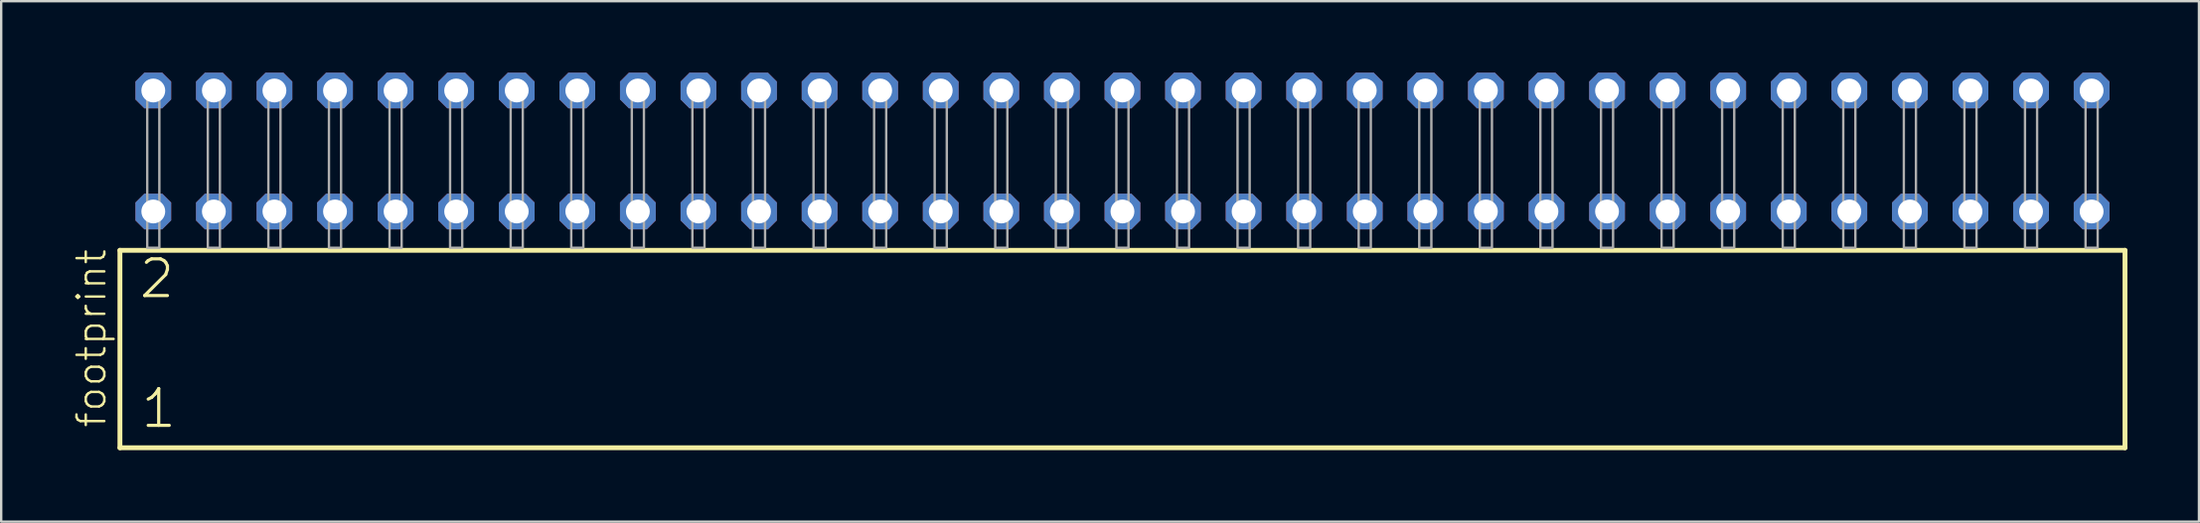
<source format=kicad_pcb>
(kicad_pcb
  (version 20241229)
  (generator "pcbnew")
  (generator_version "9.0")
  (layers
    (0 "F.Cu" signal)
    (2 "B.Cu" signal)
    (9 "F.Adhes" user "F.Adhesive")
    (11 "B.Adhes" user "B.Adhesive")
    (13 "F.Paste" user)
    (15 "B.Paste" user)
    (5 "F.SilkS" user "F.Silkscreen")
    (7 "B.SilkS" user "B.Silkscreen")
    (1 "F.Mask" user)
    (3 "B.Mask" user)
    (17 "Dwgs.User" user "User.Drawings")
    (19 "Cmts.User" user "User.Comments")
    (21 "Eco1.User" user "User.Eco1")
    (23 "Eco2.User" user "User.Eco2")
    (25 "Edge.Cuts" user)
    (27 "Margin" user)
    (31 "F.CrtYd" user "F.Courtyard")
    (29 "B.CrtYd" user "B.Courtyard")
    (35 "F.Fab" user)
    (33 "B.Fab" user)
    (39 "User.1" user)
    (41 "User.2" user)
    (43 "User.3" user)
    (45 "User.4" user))
  (footprint "footprint"
    (layer "F.Cu")
    (at 44.018 7.354)
    (property "Reference" "footprint" (at -42.545 7.62 90) (layer "F.SilkS") (effects (font (size 1.168 1.168) (thickness 0.102)) (justify left bottom)))
    (fp_line (start -42.039 0.106) (end -42.039 8.396) (stroke (width 0.203) (type solid)) (layer "F.SilkS"))
    (fp_line (start -42.039 8.396) (end 42.039 8.396) (stroke (width 0.203) (type solid)) (layer "F.SilkS"))
    (fp_line (start 42.039 0.106) (end -42.039 0.106) (stroke (width 0.203) (type solid)) (layer "F.SilkS"))
    (fp_line (start 42.039 8.396) (end 42.039 0.106) (stroke (width 0.203) (type solid)) (layer "F.SilkS"))
    (fp_poly (pts (xy -40.894 0) (xy -40.386 0) (xy -40.386 -6.858) (xy -40.894 -6.858)) (stroke (width 0.1) (type solid)) (fill no) (layer "F.Fab"))
    (fp_poly (pts (xy -38.354 0) (xy -37.846 0) (xy -37.846 -6.858) (xy -38.354 -6.858)) (stroke (width 0.1) (type solid)) (fill no) (layer "F.Fab"))
    (fp_poly (pts (xy -35.814 0) (xy -35.306 0) (xy -35.306 -6.858) (xy -35.814 -6.858)) (stroke (width 0.1) (type solid)) (fill no) (layer "F.Fab"))
    (fp_poly (pts (xy -33.274 0) (xy -32.766 0) (xy -32.766 -6.858) (xy -33.274 -6.858)) (stroke (width 0.1) (type solid)) (fill no) (layer "F.Fab"))
    (fp_poly (pts (xy -30.734 0) (xy -30.226 0) (xy -30.226 -6.858) (xy -30.734 -6.858)) (stroke (width 0.1) (type solid)) (fill no) (layer "F.Fab"))
    (fp_poly (pts (xy -28.194 0) (xy -27.686 0) (xy -27.686 -6.858) (xy -28.194 -6.858)) (stroke (width 0.1) (type solid)) (fill no) (layer "F.Fab"))
    (fp_poly (pts (xy -25.654 0) (xy -25.146 0) (xy -25.146 -6.858) (xy -25.654 -6.858)) (stroke (width 0.1) (type solid)) (fill no) (layer "F.Fab"))
    (fp_poly (pts (xy -23.114 0) (xy -22.606 0) (xy -22.606 -6.858) (xy -23.114 -6.858)) (stroke (width 0.1) (type solid)) (fill no) (layer "F.Fab"))
    (fp_poly (pts (xy -20.574 0) (xy -20.066 0) (xy -20.066 -6.858) (xy -20.574 -6.858)) (stroke (width 0.1) (type solid)) (fill no) (layer "F.Fab"))
    (fp_poly (pts (xy -18.034 0) (xy -17.526 0) (xy -17.526 -6.858) (xy -18.034 -6.858)) (stroke (width 0.1) (type solid)) (fill no) (layer "F.Fab"))
    (fp_poly (pts (xy -15.494 0) (xy -14.986 0) (xy -14.986 -6.858) (xy -15.494 -6.858)) (stroke (width 0.1) (type solid)) (fill no) (layer "F.Fab"))
    (fp_poly (pts (xy -12.954 0) (xy -12.446 0) (xy -12.446 -6.858) (xy -12.954 -6.858)) (stroke (width 0.1) (type solid)) (fill no) (layer "F.Fab"))
    (fp_poly (pts (xy -10.414 0) (xy -9.906 0) (xy -9.906 -6.858) (xy -10.414 -6.858)) (stroke (width 0.1) (type solid)) (fill no) (layer "F.Fab"))
    (fp_poly (pts (xy -7.874 0) (xy -7.366 0) (xy -7.366 -6.858) (xy -7.874 -6.858)) (stroke (width 0.1) (type solid)) (fill no) (layer "F.Fab"))
    (fp_poly (pts (xy -5.334 0) (xy -4.826 0) (xy -4.826 -6.858) (xy -5.334 -6.858)) (stroke (width 0.1) (type solid)) (fill no) (layer "F.Fab"))
    (fp_poly (pts (xy -2.794 0) (xy -2.286 0) (xy -2.286 -6.858) (xy -2.794 -6.858)) (stroke (width 0.1) (type solid)) (fill no) (layer "F.Fab"))
    (fp_poly (pts (xy -0.254 0) (xy 0.254 0) (xy 0.254 -6.858) (xy -0.254 -6.858)) (stroke (width 0.1) (type solid)) (fill no) (layer "F.Fab"))
    (fp_poly (pts (xy 2.286 0) (xy 2.794 0) (xy 2.794 -6.858) (xy 2.286 -6.858)) (stroke (width 0.1) (type solid)) (fill no) (layer "F.Fab"))
    (fp_poly (pts (xy 4.826 0) (xy 5.334 0) (xy 5.334 -6.858) (xy 4.826 -6.858)) (stroke (width 0.1) (type solid)) (fill no) (layer "F.Fab"))
    (fp_poly (pts (xy 7.366 0) (xy 7.874 0) (xy 7.874 -6.858) (xy 7.366 -6.858)) (stroke (width 0.1) (type solid)) (fill no) (layer "F.Fab"))
    (fp_poly (pts (xy 9.906 0) (xy 10.414 0) (xy 10.414 -6.858) (xy 9.906 -6.858)) (stroke (width 0.1) (type solid)) (fill no) (layer "F.Fab"))
    (fp_poly (pts (xy 12.446 0) (xy 12.954 0) (xy 12.954 -6.858) (xy 12.446 -6.858)) (stroke (width 0.1) (type solid)) (fill no) (layer "F.Fab"))
    (fp_poly (pts (xy 14.986 0) (xy 15.494 0) (xy 15.494 -6.858) (xy 14.986 -6.858)) (stroke (width 0.1) (type solid)) (fill no) (layer "F.Fab"))
    (fp_poly (pts (xy 17.526 0) (xy 18.034 0) (xy 18.034 -6.858) (xy 17.526 -6.858)) (stroke (width 0.1) (type solid)) (fill no) (layer "F.Fab"))
    (fp_poly (pts (xy 20.066 0) (xy 20.574 0) (xy 20.574 -6.858) (xy 20.066 -6.858)) (stroke (width 0.1) (type solid)) (fill no) (layer "F.Fab"))
    (fp_poly (pts (xy 22.606 0) (xy 23.114 0) (xy 23.114 -6.858) (xy 22.606 -6.858)) (stroke (width 0.1) (type solid)) (fill no) (layer "F.Fab"))
    (fp_poly (pts (xy 25.146 0) (xy 25.654 0) (xy 25.654 -6.858) (xy 25.146 -6.858)) (stroke (width 0.1) (type solid)) (fill no) (layer "F.Fab"))
    (fp_poly (pts (xy 27.686 0) (xy 28.194 0) (xy 28.194 -6.858) (xy 27.686 -6.858)) (stroke (width 0.1) (type solid)) (fill no) (layer "F.Fab"))
    (fp_poly (pts (xy 30.226 0) (xy 30.734 0) (xy 30.734 -6.858) (xy 30.226 -6.858)) (stroke (width 0.1) (type solid)) (fill no) (layer "F.Fab"))
    (fp_poly (pts (xy 32.766 0) (xy 33.274 0) (xy 33.274 -6.858) (xy 32.766 -6.858)) (stroke (width 0.1) (type solid)) (fill no) (layer "F.Fab"))
    (fp_poly (pts (xy 35.306 0) (xy 35.814 0) (xy 35.814 -6.858) (xy 35.306 -6.858)) (stroke (width 0.1) (type solid)) (fill no) (layer "F.Fab"))
    (fp_poly (pts (xy 37.846 0) (xy 38.354 0) (xy 38.354 -6.858) (xy 37.846 -6.858)) (stroke (width 0.1) (type solid)) (fill no) (layer "F.Fab"))
    (fp_poly (pts (xy 40.386 0) (xy 40.894 0) (xy 40.894 -6.858) (xy 40.386 -6.858)) (stroke (width 0.1) (type solid)) (fill no) (layer "F.Fab"))
    (fp_text user "2" (at -41.31 2.2 0) (layer "F.SilkS") (effects (font (size 1.542 1.542) (thickness 0.134)) (justify left bottom)))
    (fp_text user "1" (at -41.235 7.65 0) (layer "F.SilkS") (effects (font (size 1.542 1.542) (thickness 0.134)) (justify left bottom)))
    (pad "1" thru_hole roundrect (at -40.64 -1.524) (size 1.5 1.5) (drill 1) (layers "*.Cu" "*.Mask") (roundrect_rratio 0.25) (chamfer_ratio 0.25) (chamfer top_left top_right bottom_left bottom_right))
    (pad "2" thru_hole roundrect (at -40.64 -6.604) (size 1.5 1.5) (drill 1) (layers "*.Cu" "*.Mask") (roundrect_rratio 0.25) (chamfer_ratio 0.25) (chamfer top_left top_right bottom_left bottom_right))
    (pad "3" thru_hole roundrect (at -38.1 -1.524) (size 1.5 1.5) (drill 1) (layers "*.Cu" "*.Mask") (roundrect_rratio 0.25) (chamfer_ratio 0.25) (chamfer top_left top_right bottom_left bottom_right))
    (pad "4" thru_hole roundrect (at -38.1 -6.604) (size 1.5 1.5) (drill 1) (layers "*.Cu" "*.Mask") (roundrect_rratio 0.25) (chamfer_ratio 0.25) (chamfer top_left top_right bottom_left bottom_right))
    (pad "5" thru_hole roundrect (at -35.56 -1.524) (size 1.5 1.5) (drill 1) (layers "*.Cu" "*.Mask") (roundrect_rratio 0.25) (chamfer_ratio 0.25) (chamfer top_left top_right bottom_left bottom_right))
    (pad "6" thru_hole roundrect (at -35.56 -6.604) (size 1.5 1.5) (drill 1) (layers "*.Cu" "*.Mask") (roundrect_rratio 0.25) (chamfer_ratio 0.25) (chamfer top_left top_right bottom_left bottom_right))
    (pad "7" thru_hole roundrect (at -33.02 -1.524) (size 1.5 1.5) (drill 1) (layers "*.Cu" "*.Mask") (roundrect_rratio 0.25) (chamfer_ratio 0.25) (chamfer top_left top_right bottom_left bottom_right))
    (pad "8" thru_hole roundrect (at -33.02 -6.604) (size 1.5 1.5) (drill 1) (layers "*.Cu" "*.Mask") (roundrect_rratio 0.25) (chamfer_ratio 0.25) (chamfer top_left top_right bottom_left bottom_right))
    (pad "9" thru_hole roundrect (at -30.48 -1.524) (size 1.5 1.5) (drill 1) (layers "*.Cu" "*.Mask") (roundrect_rratio 0.25) (chamfer_ratio 0.25) (chamfer top_left top_right bottom_left bottom_right))
    (pad "10" thru_hole roundrect (at -30.48 -6.604) (size 1.5 1.5) (drill 1) (layers "*.Cu" "*.Mask") (roundrect_rratio 0.25) (chamfer_ratio 0.25) (chamfer top_left top_right bottom_left bottom_right))
    (pad "11" thru_hole roundrect (at -27.94 -1.524) (size 1.5 1.5) (drill 1) (layers "*.Cu" "*.Mask") (roundrect_rratio 0.25) (chamfer_ratio 0.25) (chamfer top_left top_right bottom_left bottom_right))
    (pad "12" thru_hole roundrect (at -27.94 -6.604) (size 1.5 1.5) (drill 1) (layers "*.Cu" "*.Mask") (roundrect_rratio 0.25) (chamfer_ratio 0.25) (chamfer top_left top_right bottom_left bottom_right))
    (pad "13" thru_hole roundrect (at -25.4 -1.524) (size 1.5 1.5) (drill 1) (layers "*.Cu" "*.Mask") (roundrect_rratio 0.25) (chamfer_ratio 0.25) (chamfer top_left top_right bottom_left bottom_right))
    (pad "14" thru_hole roundrect (at -25.4 -6.604) (size 1.5 1.5) (drill 1) (layers "*.Cu" "*.Mask") (roundrect_rratio 0.25) (chamfer_ratio 0.25) (chamfer top_left top_right bottom_left bottom_right))
    (pad "15" thru_hole roundrect (at -22.86 -1.524) (size 1.5 1.5) (drill 1) (layers "*.Cu" "*.Mask") (roundrect_rratio 0.25) (chamfer_ratio 0.25) (chamfer top_left top_right bottom_left bottom_right))
    (pad "16" thru_hole roundrect (at -22.86 -6.604) (size 1.5 1.5) (drill 1) (layers "*.Cu" "*.Mask") (roundrect_rratio 0.25) (chamfer_ratio 0.25) (chamfer top_left top_right bottom_left bottom_right))
    (pad "17" thru_hole roundrect (at -20.32 -1.524) (size 1.5 1.5) (drill 1) (layers "*.Cu" "*.Mask") (roundrect_rratio 0.25) (chamfer_ratio 0.25) (chamfer top_left top_right bottom_left bottom_right))
    (pad "18" thru_hole roundrect (at -20.32 -6.604) (size 1.5 1.5) (drill 1) (layers "*.Cu" "*.Mask") (roundrect_rratio 0.25) (chamfer_ratio 0.25) (chamfer top_left top_right bottom_left bottom_right))
    (pad "19" thru_hole roundrect (at -17.78 -1.524) (size 1.5 1.5) (drill 1) (layers "*.Cu" "*.Mask") (roundrect_rratio 0.25) (chamfer_ratio 0.25) (chamfer top_left top_right bottom_left bottom_right))
    (pad "20" thru_hole roundrect (at -17.78 -6.604) (size 1.5 1.5) (drill 1) (layers "*.Cu" "*.Mask") (roundrect_rratio 0.25) (chamfer_ratio 0.25) (chamfer top_left top_right bottom_left bottom_right))
    (pad "21" thru_hole roundrect (at -15.24 -1.524) (size 1.5 1.5) (drill 1) (layers "*.Cu" "*.Mask") (roundrect_rratio 0.25) (chamfer_ratio 0.25) (chamfer top_left top_right bottom_left bottom_right))
    (pad "22" thru_hole roundrect (at -15.24 -6.604) (size 1.5 1.5) (drill 1) (layers "*.Cu" "*.Mask") (roundrect_rratio 0.25) (chamfer_ratio 0.25) (chamfer top_left top_right bottom_left bottom_right))
    (pad "23" thru_hole roundrect (at -12.7 -1.524) (size 1.5 1.5) (drill 1) (layers "*.Cu" "*.Mask") (roundrect_rratio 0.25) (chamfer_ratio 0.25) (chamfer top_left top_right bottom_left bottom_right))
    (pad "24" thru_hole roundrect (at -12.7 -6.604) (size 1.5 1.5) (drill 1) (layers "*.Cu" "*.Mask") (roundrect_rratio 0.25) (chamfer_ratio 0.25) (chamfer top_left top_right bottom_left bottom_right))
    (pad "25" thru_hole roundrect (at -10.16 -1.524) (size 1.5 1.5) (drill 1) (layers "*.Cu" "*.Mask") (roundrect_rratio 0.25) (chamfer_ratio 0.25) (chamfer top_left top_right bottom_left bottom_right))
    (pad "26" thru_hole roundrect (at -10.16 -6.604) (size 1.5 1.5) (drill 1) (layers "*.Cu" "*.Mask") (roundrect_rratio 0.25) (chamfer_ratio 0.25) (chamfer top_left top_right bottom_left bottom_right))
    (pad "27" thru_hole roundrect (at -7.62 -1.524) (size 1.5 1.5) (drill 1) (layers "*.Cu" "*.Mask") (roundrect_rratio 0.25) (chamfer_ratio 0.25) (chamfer top_left top_right bottom_left bottom_right))
    (pad "28" thru_hole roundrect (at -7.62 -6.604) (size 1.5 1.5) (drill 1) (layers "*.Cu" "*.Mask") (roundrect_rratio 0.25) (chamfer_ratio 0.25) (chamfer top_left top_right bottom_left bottom_right))
    (pad "29" thru_hole roundrect (at -5.08 -1.524) (size 1.5 1.5) (drill 1) (layers "*.Cu" "*.Mask") (roundrect_rratio 0.25) (chamfer_ratio 0.25) (chamfer top_left top_right bottom_left bottom_right))
    (pad "30" thru_hole roundrect (at -5.08 -6.604) (size 1.5 1.5) (drill 1) (layers "*.Cu" "*.Mask") (roundrect_rratio 0.25) (chamfer_ratio 0.25) (chamfer top_left top_right bottom_left bottom_right))
    (pad "31" thru_hole roundrect (at -2.54 -1.524) (size 1.5 1.5) (drill 1) (layers "*.Cu" "*.Mask") (roundrect_rratio 0.25) (chamfer_ratio 0.25) (chamfer top_left top_right bottom_left bottom_right))
    (pad "32" thru_hole roundrect (at -2.54 -6.604) (size 1.5 1.5) (drill 1) (layers "*.Cu" "*.Mask") (roundrect_rratio 0.25) (chamfer_ratio 0.25) (chamfer top_left top_right bottom_left bottom_right))
    (pad "33" thru_hole roundrect (at 0 -1.524) (size 1.5 1.5) (drill 1) (layers "*.Cu" "*.Mask") (roundrect_rratio 0.25) (chamfer_ratio 0.25) (chamfer top_left top_right bottom_left bottom_right))
    (pad "34" thru_hole roundrect (at 0 -6.604) (size 1.5 1.5) (drill 1) (layers "*.Cu" "*.Mask") (roundrect_rratio 0.25) (chamfer_ratio 0.25) (chamfer top_left top_right bottom_left bottom_right))
    (pad "35" thru_hole roundrect (at 2.54 -1.524) (size 1.5 1.5) (drill 1) (layers "*.Cu" "*.Mask") (roundrect_rratio 0.25) (chamfer_ratio 0.25) (chamfer top_left top_right bottom_left bottom_right))
    (pad "36" thru_hole roundrect (at 2.54 -6.604) (size 1.5 1.5) (drill 1) (layers "*.Cu" "*.Mask") (roundrect_rratio 0.25) (chamfer_ratio 0.25) (chamfer top_left top_right bottom_left bottom_right))
    (pad "37" thru_hole roundrect (at 5.08 -1.524) (size 1.5 1.5) (drill 1) (layers "*.Cu" "*.Mask") (roundrect_rratio 0.25) (chamfer_ratio 0.25) (chamfer top_left top_right bottom_left bottom_right))
    (pad "38" thru_hole roundrect (at 5.08 -6.604) (size 1.5 1.5) (drill 1) (layers "*.Cu" "*.Mask") (roundrect_rratio 0.25) (chamfer_ratio 0.25) (chamfer top_left top_right bottom_left bottom_right))
    (pad "39" thru_hole roundrect (at 7.62 -1.524) (size 1.5 1.5) (drill 1) (layers "*.Cu" "*.Mask") (roundrect_rratio 0.25) (chamfer_ratio 0.25) (chamfer top_left top_right bottom_left bottom_right))
    (pad "40" thru_hole roundrect (at 7.62 -6.604) (size 1.5 1.5) (drill 1) (layers "*.Cu" "*.Mask") (roundrect_rratio 0.25) (chamfer_ratio 0.25) (chamfer top_left top_right bottom_left bottom_right))
    (pad "41" thru_hole roundrect (at 10.16 -1.524) (size 1.5 1.5) (drill 1) (layers "*.Cu" "*.Mask") (roundrect_rratio 0.25) (chamfer_ratio 0.25) (chamfer top_left top_right bottom_left bottom_right))
    (pad "42" thru_hole roundrect (at 10.16 -6.604) (size 1.5 1.5) (drill 1) (layers "*.Cu" "*.Mask") (roundrect_rratio 0.25) (chamfer_ratio 0.25) (chamfer top_left top_right bottom_left bottom_right))
    (pad "43" thru_hole roundrect (at 12.7 -1.524) (size 1.5 1.5) (drill 1) (layers "*.Cu" "*.Mask") (roundrect_rratio 0.25) (chamfer_ratio 0.25) (chamfer top_left top_right bottom_left bottom_right))
    (pad "44" thru_hole roundrect (at 12.7 -6.604) (size 1.5 1.5) (drill 1) (layers "*.Cu" "*.Mask") (roundrect_rratio 0.25) (chamfer_ratio 0.25) (chamfer top_left top_right bottom_left bottom_right))
    (pad "45" thru_hole roundrect (at 15.24 -1.524) (size 1.5 1.5) (drill 1) (layers "*.Cu" "*.Mask") (roundrect_rratio 0.25) (chamfer_ratio 0.25) (chamfer top_left top_right bottom_left bottom_right))
    (pad "46" thru_hole roundrect (at 15.24 -6.604) (size 1.5 1.5) (drill 1) (layers "*.Cu" "*.Mask") (roundrect_rratio 0.25) (chamfer_ratio 0.25) (chamfer top_left top_right bottom_left bottom_right))
    (pad "47" thru_hole roundrect (at 17.78 -1.524) (size 1.5 1.5) (drill 1) (layers "*.Cu" "*.Mask") (roundrect_rratio 0.25) (chamfer_ratio 0.25) (chamfer top_left top_right bottom_left bottom_right))
    (pad "48" thru_hole roundrect (at 17.78 -6.604) (size 1.5 1.5) (drill 1) (layers "*.Cu" "*.Mask") (roundrect_rratio 0.25) (chamfer_ratio 0.25) (chamfer top_left top_right bottom_left bottom_right))
    (pad "49" thru_hole roundrect (at 20.32 -1.524) (size 1.5 1.5) (drill 1) (layers "*.Cu" "*.Mask") (roundrect_rratio 0.25) (chamfer_ratio 0.25) (chamfer top_left top_right bottom_left bottom_right))
    (pad "50" thru_hole roundrect (at 20.32 -6.604) (size 1.5 1.5) (drill 1) (layers "*.Cu" "*.Mask") (roundrect_rratio 0.25) (chamfer_ratio 0.25) (chamfer top_left top_right bottom_left bottom_right))
    (pad "51" thru_hole roundrect (at 22.86 -1.524) (size 1.5 1.5) (drill 1) (layers "*.Cu" "*.Mask") (roundrect_rratio 0.25) (chamfer_ratio 0.25) (chamfer top_left top_right bottom_left bottom_right))
    (pad "52" thru_hole roundrect (at 22.86 -6.604) (size 1.5 1.5) (drill 1) (layers "*.Cu" "*.Mask") (roundrect_rratio 0.25) (chamfer_ratio 0.25) (chamfer top_left top_right bottom_left bottom_right))
    (pad "53" thru_hole roundrect (at 25.4 -1.524) (size 1.5 1.5) (drill 1) (layers "*.Cu" "*.Mask") (roundrect_rratio 0.25) (chamfer_ratio 0.25) (chamfer top_left top_right bottom_left bottom_right))
    (pad "54" thru_hole roundrect (at 25.4 -6.604) (size 1.5 1.5) (drill 1) (layers "*.Cu" "*.Mask") (roundrect_rratio 0.25) (chamfer_ratio 0.25) (chamfer top_left top_right bottom_left bottom_right))
    (pad "55" thru_hole roundrect (at 27.94 -1.524) (size 1.5 1.5) (drill 1) (layers "*.Cu" "*.Mask") (roundrect_rratio 0.25) (chamfer_ratio 0.25) (chamfer top_left top_right bottom_left bottom_right))
    (pad "56" thru_hole roundrect (at 27.94 -6.604) (size 1.5 1.5) (drill 1) (layers "*.Cu" "*.Mask") (roundrect_rratio 0.25) (chamfer_ratio 0.25) (chamfer top_left top_right bottom_left bottom_right))
    (pad "57" thru_hole roundrect (at 30.48 -1.524) (size 1.5 1.5) (drill 1) (layers "*.Cu" "*.Mask") (roundrect_rratio 0.25) (chamfer_ratio 0.25) (chamfer top_left top_right bottom_left bottom_right))
    (pad "58" thru_hole roundrect (at 30.48 -6.604) (size 1.5 1.5) (drill 1) (layers "*.Cu" "*.Mask") (roundrect_rratio 0.25) (chamfer_ratio 0.25) (chamfer top_left top_right bottom_left bottom_right))
    (pad "59" thru_hole roundrect (at 33.02 -1.524) (size 1.5 1.5) (drill 1) (layers "*.Cu" "*.Mask") (roundrect_rratio 0.25) (chamfer_ratio 0.25) (chamfer top_left top_right bottom_left bottom_right))
    (pad "60" thru_hole roundrect (at 33.02 -6.604) (size 1.5 1.5) (drill 1) (layers "*.Cu" "*.Mask") (roundrect_rratio 0.25) (chamfer_ratio 0.25) (chamfer top_left top_right bottom_left bottom_right))
    (pad "61" thru_hole roundrect (at 35.56 -1.524) (size 1.5 1.5) (drill 1) (layers "*.Cu" "*.Mask") (roundrect_rratio 0.25) (chamfer_ratio 0.25) (chamfer top_left top_right bottom_left bottom_right))
    (pad "62" thru_hole roundrect (at 35.56 -6.604) (size 1.5 1.5) (drill 1) (layers "*.Cu" "*.Mask") (roundrect_rratio 0.25) (chamfer_ratio 0.25) (chamfer top_left top_right bottom_left bottom_right))
    (pad "63" thru_hole roundrect (at 38.1 -1.524) (size 1.5 1.5) (drill 1) (layers "*.Cu" "*.Mask") (roundrect_rratio 0.25) (chamfer_ratio 0.25) (chamfer top_left top_right bottom_left bottom_right))
    (pad "64" thru_hole roundrect (at 38.1 -6.604) (size 1.5 1.5) (drill 1) (layers "*.Cu" "*.Mask") (roundrect_rratio 0.25) (chamfer_ratio 0.25) (chamfer top_left top_right bottom_left bottom_right))
    (pad "65" thru_hole roundrect (at 40.64 -1.524) (size 1.5 1.5) (drill 1) (layers "*.Cu" "*.Mask") (roundrect_rratio 0.25) (chamfer_ratio 0.25) (chamfer top_left top_right bottom_left bottom_right))
    (pad "66" thru_hole roundrect (at 40.64 -6.604) (size 1.5 1.5) (drill 1) (layers "*.Cu" "*.Mask") (roundrect_rratio 0.25) (chamfer_ratio 0.25) (chamfer top_left top_right bottom_left bottom_right)))
  (gr_rect
    (start -3 -3)
    (end 89.159 18.852)
    (stroke (width 0.1) (type default))
    (fill no)
    (layer "Edge.Cuts")))
</source>
